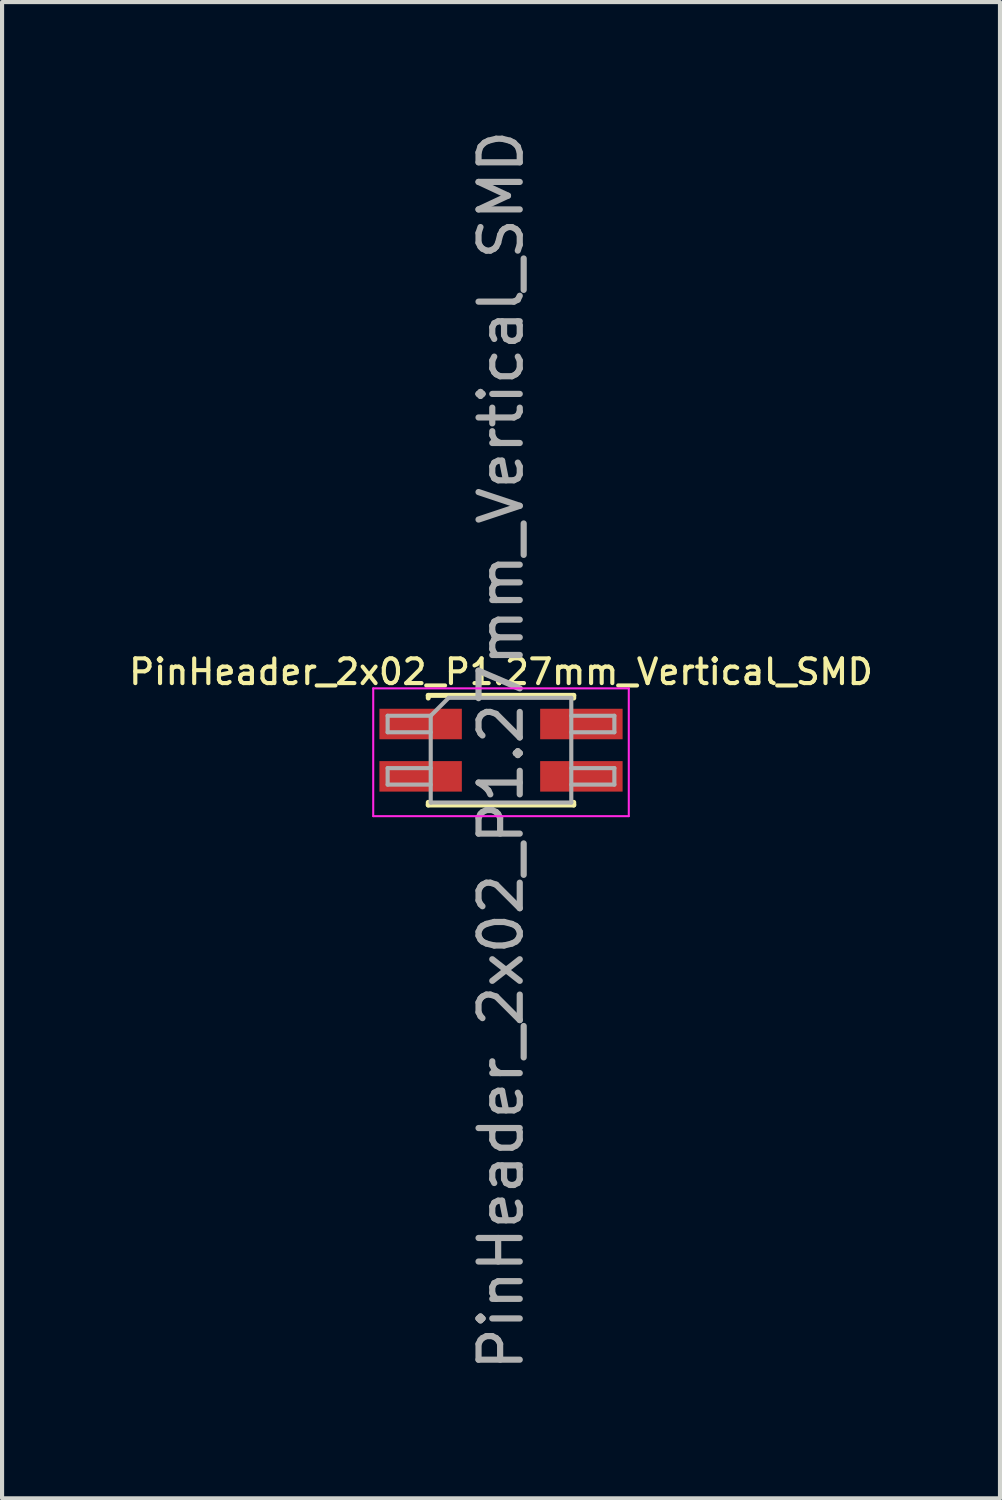
<source format=kicad_pcb>
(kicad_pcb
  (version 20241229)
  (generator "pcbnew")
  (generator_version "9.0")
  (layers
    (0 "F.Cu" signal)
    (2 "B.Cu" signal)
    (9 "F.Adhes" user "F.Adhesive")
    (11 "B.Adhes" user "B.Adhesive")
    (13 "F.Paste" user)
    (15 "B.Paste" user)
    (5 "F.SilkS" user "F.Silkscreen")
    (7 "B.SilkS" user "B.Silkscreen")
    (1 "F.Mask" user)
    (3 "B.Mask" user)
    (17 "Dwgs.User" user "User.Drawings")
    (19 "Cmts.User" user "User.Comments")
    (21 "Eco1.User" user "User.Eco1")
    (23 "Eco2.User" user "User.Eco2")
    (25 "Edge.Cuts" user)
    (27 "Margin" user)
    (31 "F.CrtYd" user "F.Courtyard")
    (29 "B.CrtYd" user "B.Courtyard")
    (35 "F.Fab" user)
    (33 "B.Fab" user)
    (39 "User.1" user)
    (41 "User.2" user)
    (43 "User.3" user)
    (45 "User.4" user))
  (footprint "PinHeader_2x02_P1.27mm_Vertical_SMD"
    (layer "F.Cu")
    (at 9.104 15.149)
    (property "Reference" "PinHeader_2x02_P1.27mm_Vertical_SMD" (at 0 -1.9 0) (layer "F.SilkS") (effects (font (size 0.6 0.6) (thickness 0.1))))
    (attr smd)
    (fp_line (start -1.765 -1.33) (end -1.765 -1.265) (stroke (width 0.12) (type solid)) (layer "F.SilkS"))
    (fp_line (start -1.765 -1.33) (end 1.765 -1.33) (stroke (width 0.12) (type solid)) (layer "F.SilkS"))
    (fp_line (start -1.765 1.265) (end -1.765 1.33) (stroke (width 0.12) (type solid)) (layer "F.SilkS"))
    (fp_line (start -1.765 1.33) (end 1.765 1.33) (stroke (width 0.12) (type solid)) (layer "F.SilkS"))
    (fp_line (start 1.765 -1.33) (end 1.765 -1.265) (stroke (width 0.12) (type solid)) (layer "F.SilkS"))
    (fp_line (start 1.765 1.265) (end 1.765 1.33) (stroke (width 0.12) (type solid)) (layer "F.SilkS"))
    (fp_line (start -3.1 -1.5) (end -3.1 1.6) (stroke (width 0.05) (type solid)) (layer "F.CrtYd"))
    (fp_line (start -3.1 1.6) (end 3.1 1.6) (stroke (width 0.05) (type solid)) (layer "F.CrtYd"))
    (fp_line (start 3.1 -1.5) (end -3.1 -1.5) (stroke (width 0.05) (type solid)) (layer "F.CrtYd"))
    (fp_line (start 3.1 1.6) (end 3.1 -1.5) (stroke (width 0.05) (type solid)) (layer "F.CrtYd"))
    (fp_line (start -2.75 -0.835) (end -2.75 -0.435) (stroke (width 0.1) (type solid)) (layer "F.Fab"))
    (fp_line (start -2.75 -0.435) (end -1.705 -0.435) (stroke (width 0.1) (type solid)) (layer "F.Fab"))
    (fp_line (start -2.75 0.435) (end -2.75 0.835) (stroke (width 0.1) (type solid)) (layer "F.Fab"))
    (fp_line (start -2.75 0.835) (end -1.705 0.835) (stroke (width 0.1) (type solid)) (layer "F.Fab"))
    (fp_line (start -1.705 -0.835) (end -2.75 -0.835) (stroke (width 0.1) (type solid)) (layer "F.Fab"))
    (fp_line (start -1.705 -0.835) (end -1.27 -1.27) (stroke (width 0.1) (type solid)) (layer "F.Fab"))
    (fp_line (start -1.705 0.435) (end -2.75 0.435) (stroke (width 0.1) (type solid)) (layer "F.Fab"))
    (fp_line (start -1.705 1.27) (end -1.705 -0.835) (stroke (width 0.1) (type solid)) (layer "F.Fab"))
    (fp_line (start -1.27 -1.27) (end 1.705 -1.27) (stroke (width 0.1) (type solid)) (layer "F.Fab"))
    (fp_line (start 1.705 -1.27) (end 1.705 1.27) (stroke (width 0.1) (type solid)) (layer "F.Fab"))
    (fp_line (start 1.705 -0.835) (end 2.75 -0.835) (stroke (width 0.1) (type solid)) (layer "F.Fab"))
    (fp_line (start 1.705 0.435) (end 2.75 0.435) (stroke (width 0.1) (type solid)) (layer "F.Fab"))
    (fp_line (start 1.705 1.27) (end -1.705 1.27) (stroke (width 0.1) (type solid)) (layer "F.Fab"))
    (fp_line (start 2.75 -0.835) (end 2.75 -0.435) (stroke (width 0.1) (type solid)) (layer "F.Fab"))
    (fp_line (start 2.75 -0.435) (end 1.705 -0.435) (stroke (width 0.1) (type solid)) (layer "F.Fab"))
    (fp_line (start 2.75 0.435) (end 2.75 0.835) (stroke (width 0.1) (type solid)) (layer "F.Fab"))
    (fp_line (start 2.75 0.835) (end 1.705 0.835) (stroke (width 0.1) (type solid)) (layer "F.Fab"))
    (fp_text user "${REFERENCE}" (at 0 0 270) (layer "F.Fab") (effects (font (size 1 1) (thickness 0.15))))
    (pad "1" smd rect (at -1.95 -0.635) (size 2 0.74) (layers "F.Cu" "F.Mask" "F.Paste"))
    (pad "2" smd rect (at 1.95 -0.635) (size 2 0.74) (layers "F.Cu" "F.Mask" "F.Paste"))
    (pad "3" smd rect (at -1.95 0.635) (size 2 0.74) (layers "F.Cu" "F.Mask" "F.Paste"))
    (pad "4" smd rect (at 1.95 0.635) (size 2 0.74) (layers "F.Cu" "F.Mask" "F.Paste")))
  (gr_rect
    (start -3 -3)
    (end 21.209 33.298)
    (stroke (width 0.1) (type default))
    (fill no)
    (layer "Edge.Cuts")))
</source>
